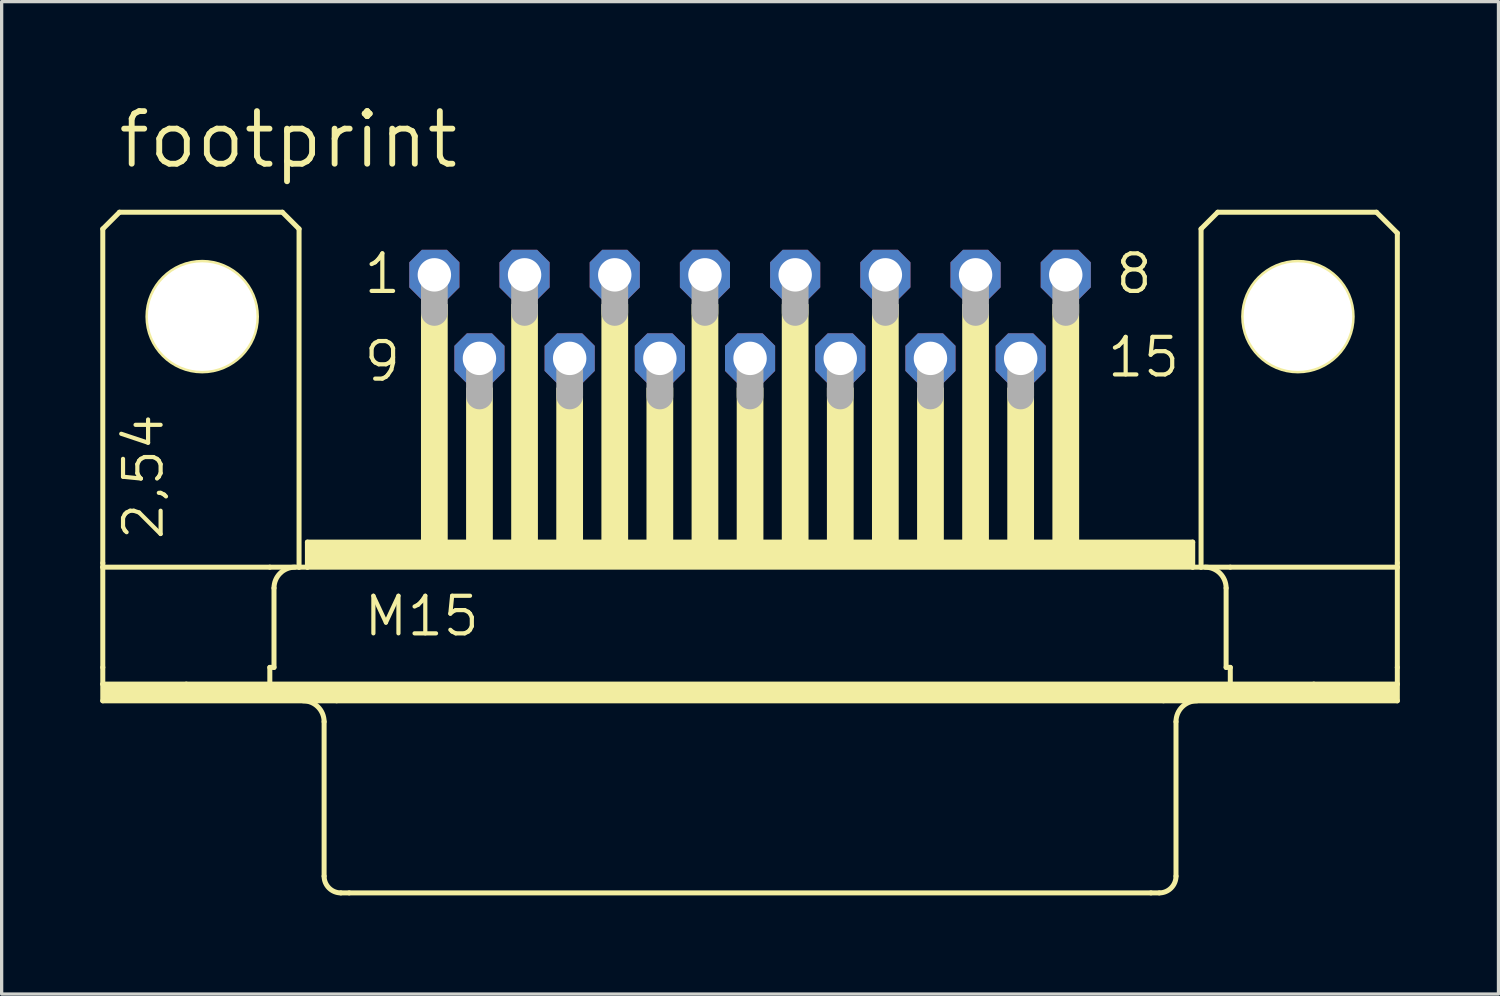
<source format=kicad_pcb>
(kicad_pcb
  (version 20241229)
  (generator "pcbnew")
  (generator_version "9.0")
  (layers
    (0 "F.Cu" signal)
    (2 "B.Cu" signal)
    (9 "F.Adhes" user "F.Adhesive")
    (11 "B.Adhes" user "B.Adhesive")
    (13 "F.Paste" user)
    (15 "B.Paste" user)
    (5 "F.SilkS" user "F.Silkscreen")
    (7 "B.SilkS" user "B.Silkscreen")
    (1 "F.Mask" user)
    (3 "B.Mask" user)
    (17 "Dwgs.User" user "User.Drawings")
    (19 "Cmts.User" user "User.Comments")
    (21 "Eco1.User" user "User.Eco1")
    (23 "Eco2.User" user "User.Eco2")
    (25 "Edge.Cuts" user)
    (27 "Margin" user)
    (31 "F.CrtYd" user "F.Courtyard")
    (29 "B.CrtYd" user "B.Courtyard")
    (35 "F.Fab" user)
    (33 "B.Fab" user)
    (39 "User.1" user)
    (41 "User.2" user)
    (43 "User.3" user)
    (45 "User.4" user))
  (footprint "footprint"
    (layer "F.Cu")
    (at 19.761 6.579)
    (property "Reference" "footprint" (at -19.304 -4.445 0) (layer "F.SilkS") (effects (font (size 1.6 1.6) (thickness 0.178)) (justify left bottom)))
    (fp_line (start -19.685 -2.667) (end -19.685 7.493) (stroke (width 0.152) (type solid)) (layer "F.SilkS"))
    (fp_line (start -19.685 7.62) (end -19.685 7.493) (stroke (width 0.152) (type solid)) (layer "F.SilkS"))
    (fp_line (start -19.685 10.668) (end -19.685 7.62) (stroke (width 0.152) (type solid)) (layer "F.SilkS"))
    (fp_line (start -19.685 11.176) (end -19.685 10.668) (stroke (width 0.152) (type solid)) (layer "F.SilkS"))
    (fp_line (start -19.685 11.684) (end -19.685 11.176) (stroke (width 0.152) (type solid)) (layer "F.SilkS"))
    (fp_line (start -19.177 -3.175) (end -19.685 -2.667) (stroke (width 0.152) (type solid)) (layer "F.SilkS"))
    (fp_line (start -17.145 11.176) (end -19.685 11.176) (stroke (width 0.152) (type solid)) (layer "F.SilkS"))
    (fp_line (start -14.605 7.62) (end -19.685 7.62) (stroke (width 0.152) (type solid)) (layer "F.SilkS"))
    (fp_line (start -14.605 10.668) (end -14.605 11.176) (stroke (width 0.152) (type solid)) (layer "F.SilkS"))
    (fp_line (start -14.605 11.176) (end -17.145 11.176) (stroke (width 0.152) (type solid)) (layer "F.SilkS"))
    (fp_line (start -14.478 8.255) (end -14.478 10.668) (stroke (width 0.152) (type solid)) (layer "F.SilkS"))
    (fp_line (start -14.478 10.668) (end -14.605 10.668) (stroke (width 0.152) (type solid)) (layer "F.SilkS"))
    (fp_line (start -14.224 -3.175) (end -19.177 -3.175) (stroke (width 0.152) (type solid)) (layer "F.SilkS"))
    (fp_line (start -13.716 -2.667) (end -14.224 -3.175) (stroke (width 0.152) (type solid)) (layer "F.SilkS"))
    (fp_line (start -13.716 -2.667) (end -13.716 7.62) (stroke (width 0.152) (type solid)) (layer "F.SilkS"))
    (fp_line (start -13.716 7.62) (end -14.605 7.62) (stroke (width 0.152) (type solid)) (layer "F.SilkS"))
    (fp_line (start -13.462 7.62) (end -13.716 7.62) (stroke (width 0.152) (type solid)) (layer "F.SilkS"))
    (fp_line (start -13.462 7.62) (end -13.462 6.858) (stroke (width 0.152) (type solid)) (layer "F.SilkS"))
    (fp_line (start -12.954 12.319) (end -12.954 17.018) (stroke (width 0.152) (type solid)) (layer "F.SilkS"))
    (fp_line (start -12.573 11.684) (end -19.685 11.684) (stroke (width 0.152) (type solid)) (layer "F.SilkS"))
    (fp_line (start -12.192 17.526) (end -12.446 17.526) (stroke (width 0.152) (type solid)) (layer "F.SilkS"))
    (fp_line (start 12.192 17.526) (end -12.192 17.526) (stroke (width 0.152) (type solid)) (layer "F.SilkS"))
    (fp_line (start 12.446 17.526) (end 12.192 17.526) (stroke (width 0.152) (type solid)) (layer "F.SilkS"))
    (fp_line (start 12.573 11.684) (end -12.573 11.684) (stroke (width 0.152) (type solid)) (layer "F.SilkS"))
    (fp_line (start 12.954 12.319) (end 12.954 17.018) (stroke (width 0.152) (type solid)) (layer "F.SilkS"))
    (fp_line (start 13.462 6.858) (end -13.462 6.858) (stroke (width 0.152) (type solid)) (layer "F.SilkS"))
    (fp_line (start 13.462 7.62) (end -13.462 7.62) (stroke (width 0.152) (type solid)) (layer "F.SilkS"))
    (fp_line (start 13.462 7.62) (end 13.462 6.858) (stroke (width 0.152) (type solid)) (layer "F.SilkS"))
    (fp_line (start 13.716 -2.667) (end 13.716 7.62) (stroke (width 0.152) (type solid)) (layer "F.SilkS"))
    (fp_line (start 13.716 7.62) (end 13.462 7.62) (stroke (width 0.152) (type solid)) (layer "F.SilkS"))
    (fp_line (start 14.224 -3.175) (end 13.716 -2.667) (stroke (width 0.152) (type solid)) (layer "F.SilkS"))
    (fp_line (start 14.224 -3.175) (end 19.05 -3.175) (stroke (width 0.152) (type solid)) (layer "F.SilkS"))
    (fp_line (start 14.478 8.255) (end 14.478 10.668) (stroke (width 0.152) (type solid)) (layer "F.SilkS"))
    (fp_line (start 14.605 7.62) (end 13.716 7.62) (stroke (width 0.152) (type solid)) (layer "F.SilkS"))
    (fp_line (start 14.605 10.668) (end 14.478 10.668) (stroke (width 0.152) (type solid)) (layer "F.SilkS"))
    (fp_line (start 14.605 10.668) (end 14.605 11.176) (stroke (width 0.152) (type solid)) (layer "F.SilkS"))
    (fp_line (start 14.605 11.176) (end -14.605 11.176) (stroke (width 0.152) (type solid)) (layer "F.SilkS"))
    (fp_line (start 17.145 11.176) (end 14.605 11.176) (stroke (width 0.152) (type solid)) (layer "F.SilkS"))
    (fp_line (start 19.05 -3.175) (end 19.685 -2.54) (stroke (width 0.152) (type solid)) (layer "F.SilkS"))
    (fp_line (start 19.685 -2.54) (end 19.685 7.493) (stroke (width 0.152) (type solid)) (layer "F.SilkS"))
    (fp_line (start 19.685 7.62) (end 14.605 7.62) (stroke (width 0.152) (type solid)) (layer "F.SilkS"))
    (fp_line (start 19.685 7.62) (end 19.685 7.493) (stroke (width 0.152) (type solid)) (layer "F.SilkS"))
    (fp_line (start 19.685 7.62) (end 19.685 10.668) (stroke (width 0.152) (type solid)) (layer "F.SilkS"))
    (fp_line (start 19.685 10.668) (end 19.685 11.176) (stroke (width 0.152) (type solid)) (layer "F.SilkS"))
    (fp_line (start 19.685 11.176) (end 17.145 11.176) (stroke (width 0.152) (type solid)) (layer "F.SilkS"))
    (fp_line (start 19.685 11.176) (end 19.685 11.684) (stroke (width 0.152) (type solid)) (layer "F.SilkS"))
    (fp_line (start 19.685 11.684) (end 12.573 11.684) (stroke (width 0.152) (type solid)) (layer "F.SilkS"))
    (fp_arc (start -14.478 8.255) (mid -14.292013 7.805987) (end -13.843 7.62) (stroke (width 0.1524) (type solid)) (layer "F.SilkS"))
    (fp_arc (start -13.589 11.684) (mid -13.139987 11.869987) (end -12.954 12.319) (stroke (width 0.1524) (type solid)) (layer "F.SilkS"))
    (fp_arc (start -12.446 17.526) (mid -12.80521 17.37721) (end -12.954 17.018) (stroke (width 0.1524) (type solid)) (layer "F.SilkS"))
    (fp_arc (start 12.954 12.319) (mid 13.139987 11.869987) (end 13.589 11.684) (stroke (width 0.1524) (type solid)) (layer "F.SilkS"))
    (fp_arc (start 12.954 17.018) (mid 12.80521 17.37721) (end 12.446 17.526) (stroke (width 0.1524) (type solid)) (layer "F.SilkS"))
    (fp_arc (start 13.843 7.62) (mid 14.292013 7.805987) (end 14.478 8.255) (stroke (width 0.1524) (type solid)) (layer "F.SilkS"))
    (fp_circle (center -16.662 0) (end -15.011 0) (stroke (width 0.152) (type solid)) (fill no) (layer "F.SilkS"))
    (fp_circle (center 16.662 0) (end 18.313 0) (stroke (width 0.152) (type solid)) (fill no) (layer "F.SilkS"))
    (fp_poly (pts (xy -19.685 11.684) (xy 19.685 11.684) (xy 19.685 11.176) (xy -19.685 11.176)) (stroke (width 0) (type solid)) (fill yes) (layer "F.SilkS"))
    (fp_poly (pts (xy -13.462 7.62) (xy 13.462 7.62) (xy 13.462 6.858) (xy -13.462 6.858)) (stroke (width 0) (type solid)) (fill yes) (layer "F.SilkS"))
    (fp_poly (pts (xy -10.008 6.858) (xy -9.195 6.858) (xy -9.195 -0.381) (xy -10.008 -0.381)) (stroke (width 0) (type solid)) (fill yes) (layer "F.SilkS"))
    (fp_poly (pts (xy -8.636 6.858) (xy -7.823 6.858) (xy -7.823 2.159) (xy -8.636 2.159)) (stroke (width 0) (type solid)) (fill yes) (layer "F.SilkS"))
    (fp_poly (pts (xy -7.264 6.858) (xy -6.452 6.858) (xy -6.452 -0.381) (xy -7.264 -0.381)) (stroke (width 0) (type solid)) (fill yes) (layer "F.SilkS"))
    (fp_poly (pts (xy -5.893 6.858) (xy -5.08 6.858) (xy -5.08 2.159) (xy -5.893 2.159)) (stroke (width 0) (type solid)) (fill yes) (layer "F.SilkS"))
    (fp_poly (pts (xy -4.521 6.858) (xy -3.708 6.858) (xy -3.708 -0.381) (xy -4.521 -0.381)) (stroke (width 0) (type solid)) (fill yes) (layer "F.SilkS"))
    (fp_poly (pts (xy -3.15 6.858) (xy -2.337 6.858) (xy -2.337 2.159) (xy -3.15 2.159)) (stroke (width 0) (type solid)) (fill yes) (layer "F.SilkS"))
    (fp_poly (pts (xy -1.778 6.858) (xy -0.965 6.858) (xy -0.965 -0.381) (xy -1.778 -0.381)) (stroke (width 0) (type solid)) (fill yes) (layer "F.SilkS"))
    (fp_poly (pts (xy -0.406 6.858) (xy 0.406 6.858) (xy 0.406 2.159) (xy -0.406 2.159)) (stroke (width 0) (type solid)) (fill yes) (layer "F.SilkS"))
    (fp_poly (pts (xy 0.965 6.858) (xy 1.778 6.858) (xy 1.778 -0.381) (xy 0.965 -0.381)) (stroke (width 0) (type solid)) (fill yes) (layer "F.SilkS"))
    (fp_poly (pts (xy 2.337 6.858) (xy 3.15 6.858) (xy 3.15 2.159) (xy 2.337 2.159)) (stroke (width 0) (type solid)) (fill yes) (layer "F.SilkS"))
    (fp_poly (pts (xy 3.708 6.858) (xy 4.521 6.858) (xy 4.521 -0.381) (xy 3.708 -0.381)) (stroke (width 0) (type solid)) (fill yes) (layer "F.SilkS"))
    (fp_poly (pts (xy 5.08 6.858) (xy 5.893 6.858) (xy 5.893 2.159) (xy 5.08 2.159)) (stroke (width 0) (type solid)) (fill yes) (layer "F.SilkS"))
    (fp_poly (pts (xy 6.452 6.858) (xy 7.264 6.858) (xy 7.264 -0.381) (xy 6.452 -0.381)) (stroke (width 0) (type solid)) (fill yes) (layer "F.SilkS"))
    (fp_poly (pts (xy 7.823 6.858) (xy 8.636 6.858) (xy 8.636 2.159) (xy 7.823 2.159)) (stroke (width 0) (type solid)) (fill yes) (layer "F.SilkS"))
    (fp_poly (pts (xy 9.195 6.858) (xy 10.008 6.858) (xy 10.008 -0.381) (xy 9.195 -0.381)) (stroke (width 0) (type solid)) (fill yes) (layer "F.SilkS"))
    (fp_line (start -9.601 -1.143) (end -9.601 -0.127) (stroke (width 0.813) (type solid)) (layer "F.Fab"))
    (fp_line (start -8.23 1.397) (end -8.23 2.413) (stroke (width 0.813) (type solid)) (layer "F.Fab"))
    (fp_line (start -6.858 -1.143) (end -6.858 -0.127) (stroke (width 0.813) (type solid)) (layer "F.Fab"))
    (fp_line (start -5.486 1.397) (end -5.486 2.413) (stroke (width 0.813) (type solid)) (layer "F.Fab"))
    (fp_line (start -4.115 -1.143) (end -4.115 -0.127) (stroke (width 0.813) (type solid)) (layer "F.Fab"))
    (fp_line (start -2.743 1.397) (end -2.743 2.413) (stroke (width 0.813) (type solid)) (layer "F.Fab"))
    (fp_line (start -1.372 -1.143) (end -1.372 -0.127) (stroke (width 0.813) (type solid)) (layer "F.Fab"))
    (fp_line (start 0 1.397) (end 0 2.413) (stroke (width 0.813) (type solid)) (layer "F.Fab"))
    (fp_line (start 1.372 -1.143) (end 1.372 -0.127) (stroke (width 0.813) (type solid)) (layer "F.Fab"))
    (fp_line (start 2.743 1.397) (end 2.743 2.413) (stroke (width 0.813) (type solid)) (layer "F.Fab"))
    (fp_line (start 4.115 -1.143) (end 4.115 -0.127) (stroke (width 0.813) (type solid)) (layer "F.Fab"))
    (fp_line (start 5.486 1.397) (end 5.486 2.413) (stroke (width 0.813) (type solid)) (layer "F.Fab"))
    (fp_line (start 6.858 -1.143) (end 6.858 -0.127) (stroke (width 0.813) (type solid)) (layer "F.Fab"))
    (fp_line (start 8.23 1.397) (end 8.23 2.413) (stroke (width 0.813) (type solid)) (layer "F.Fab"))
    (fp_line (start 9.601 -1.143) (end 9.601 -0.127) (stroke (width 0.813) (type solid)) (layer "F.Fab"))
    (fp_text user "2,54" (at -17.78 6.858 90) (layer "F.SilkS") (effects (font (size 1.143 1.143) (thickness 0.127)) (justify left bottom)))
    (fp_text user "8" (at 11.049 -0.635 0) (layer "F.SilkS") (effects (font (size 1.143 1.143) (thickness 0.127)) (justify left bottom)))
    (fp_text user "M15" (at -11.811 9.779 0) (layer "F.SilkS") (effects (font (size 1.143 1.143) (thickness 0.127)) (justify left bottom)))
    (fp_text user "9" (at -11.811 2.032 0) (layer "F.SilkS") (effects (font (size 1.143 1.143) (thickness 0.127)) (justify left bottom)))
    (fp_text user "1" (at -11.811 -0.635 0) (layer "F.SilkS") (effects (font (size 1.143 1.143) (thickness 0.127)) (justify left bottom)))
    (fp_text user "15" (at 10.795 1.905 0) (layer "F.SilkS") (effects (font (size 1.143 1.143) (thickness 0.127)) (justify left bottom)))
    (pad "" np_thru_hole circle (at -16.662 0) (size 3.302 3.302) (drill 3.302) (layers "*.Cu" "*.Mask"))
    (pad "" np_thru_hole circle (at 16.662 0) (size 3.302 3.302) (drill 3.302) (layers "*.Cu" "*.Mask"))
    (pad "1" thru_hole roundrect (at -9.601 -1.27) (size 1.524 1.524) (drill 1.016) (layers "*.Cu" "*.Mask") (roundrect_rratio 0.25) (chamfer_ratio 0.25) (chamfer top_left top_right bottom_left bottom_right))
    (pad "2" thru_hole roundrect (at -6.858 -1.27) (size 1.524 1.524) (drill 1.016) (layers "*.Cu" "*.Mask") (roundrect_rratio 0.25) (chamfer_ratio 0.25) (chamfer top_left top_right bottom_left bottom_right))
    (pad "3" thru_hole roundrect (at -4.115 -1.27) (size 1.524 1.524) (drill 1.016) (layers "*.Cu" "*.Mask") (roundrect_rratio 0.25) (chamfer_ratio 0.25) (chamfer top_left top_right bottom_left bottom_right))
    (pad "4" thru_hole roundrect (at -1.372 -1.27) (size 1.524 1.524) (drill 1.016) (layers "*.Cu" "*.Mask") (roundrect_rratio 0.25) (chamfer_ratio 0.25) (chamfer top_left top_right bottom_left bottom_right))
    (pad "5" thru_hole roundrect (at 1.372 -1.27) (size 1.524 1.524) (drill 1.016) (layers "*.Cu" "*.Mask") (roundrect_rratio 0.25) (chamfer_ratio 0.25) (chamfer top_left top_right bottom_left bottom_right))
    (pad "6" thru_hole roundrect (at 4.115 -1.27) (size 1.524 1.524) (drill 1.016) (layers "*.Cu" "*.Mask") (roundrect_rratio 0.25) (chamfer_ratio 0.25) (chamfer top_left top_right bottom_left bottom_right))
    (pad "7" thru_hole roundrect (at 6.858 -1.27) (size 1.524 1.524) (drill 1.016) (layers "*.Cu" "*.Mask") (roundrect_rratio 0.25) (chamfer_ratio 0.25) (chamfer top_left top_right bottom_left bottom_right))
    (pad "8" thru_hole roundrect (at 9.601 -1.27) (size 1.524 1.524) (drill 1.016) (layers "*.Cu" "*.Mask") (roundrect_rratio 0.25) (chamfer_ratio 0.25) (chamfer top_left top_right bottom_left bottom_right))
    (pad "9" thru_hole roundrect (at -8.23 1.27) (size 1.524 1.524) (drill 1.016) (layers "*.Cu" "*.Mask") (roundrect_rratio 0.25) (chamfer_ratio 0.25) (chamfer top_left top_right bottom_left bottom_right))
    (pad "10" thru_hole roundrect (at -5.486 1.27) (size 1.524 1.524) (drill 1.016) (layers "*.Cu" "*.Mask") (roundrect_rratio 0.25) (chamfer_ratio 0.25) (chamfer top_left top_right bottom_left bottom_right))
    (pad "11" thru_hole roundrect (at -2.743 1.27) (size 1.524 1.524) (drill 1.016) (layers "*.Cu" "*.Mask") (roundrect_rratio 0.25) (chamfer_ratio 0.25) (chamfer top_left top_right bottom_left bottom_right))
    (pad "12" thru_hole roundrect (at 0 1.27) (size 1.524 1.524) (drill 1.016) (layers "*.Cu" "*.Mask") (roundrect_rratio 0.25) (chamfer_ratio 0.25) (chamfer top_left top_right bottom_left bottom_right))
    (pad "13" thru_hole roundrect (at 2.743 1.27) (size 1.524 1.524) (drill 1.016) (layers "*.Cu" "*.Mask") (roundrect_rratio 0.25) (chamfer_ratio 0.25) (chamfer top_left top_right bottom_left bottom_right))
    (pad "14" thru_hole roundrect (at 5.486 1.27) (size 1.524 1.524) (drill 1.016) (layers "*.Cu" "*.Mask") (roundrect_rratio 0.25) (chamfer_ratio 0.25) (chamfer top_left top_right bottom_left bottom_right))
    (pad "15" thru_hole roundrect (at 8.23 1.27) (size 1.524 1.524) (drill 1.016) (layers "*.Cu" "*.Mask") (roundrect_rratio 0.25) (chamfer_ratio 0.25) (chamfer top_left top_right bottom_left bottom_right))
    (zone (net_name "") (layers "F.Cu" "B.Cu") (hatch edge 0.508) (connect_pads) (min_thickness 0.254) (filled_areas_thickness no) (keepout (tracks allowed) (vias not_allowed) (pads allowed) (copperpour allowed) (footprints allowed)) (placement (enabled no)) (fill) (polygon (pts (xy 5.766 6.579) (xy 5.725 6.115) (xy 5.605 5.666) (xy 5.408 5.245) (xy 5.142 4.864) (xy 4.813 4.536) (xy 4.432 4.269) (xy 4.011 4.072) (xy 3.562 3.952) (xy 3.099 3.912) (xy 2.636 3.952) (xy 2.187 4.072) (xy 1.765 4.269) (xy 1.384 4.536) (xy 1.056 4.864) (xy 0.789 5.245) (xy 0.593 5.666) (xy 0.472 6.115) (xy 0.432 6.579) (xy 0.472 7.042) (xy 0.593 7.491) (xy 0.789 7.912) (xy 1.056 8.293) (xy 1.384 8.622) (xy 1.765 8.888) (xy 2.187 9.085) (xy 2.636 9.205) (xy 3.099 9.246) (xy 3.562 9.205) (xy 4.011 9.085) (xy 4.432 8.888) (xy 4.813 8.622) (xy 5.142 8.293) (xy 5.408 7.912) (xy 5.605 7.491) (xy 5.725 7.042))))
    (zone (net_name "") (layers "F.Cu" "B.Cu") (hatch edge 0.508) (connect_pads) (min_thickness 0.254) (filled_areas_thickness no) (keepout (tracks allowed) (vias not_allowed) (pads allowed) (copperpour allowed) (footprints allowed)) (placement (enabled no)) (fill) (polygon (pts (xy 39.091 6.579) (xy 39.05 6.115) (xy 38.93 5.666) (xy 38.733 5.245) (xy 38.467 4.864) (xy 38.138 4.536) (xy 37.757 4.269) (xy 37.336 4.072) (xy 36.887 3.952) (xy 36.424 3.912) (xy 35.96 3.952) (xy 35.511 4.072) (xy 35.09 4.269) (xy 34.709 4.536) (xy 34.381 4.864) (xy 34.114 5.245) (xy 33.917 5.666) (xy 33.797 6.115) (xy 33.757 6.579) (xy 33.797 7.042) (xy 33.917 7.491) (xy 34.114 7.912) (xy 34.381 8.293) (xy 34.709 8.622) (xy 35.09 8.888) (xy 35.511 9.085) (xy 35.96 9.205) (xy 36.424 9.246) (xy 36.887 9.205) (xy 37.336 9.085) (xy 37.757 8.888) (xy 38.138 8.622) (xy 38.467 8.293) (xy 38.733 7.912) (xy 38.93 7.491) (xy 39.05 7.042))))
    (zone (net_name "") (layer "B.Cu") (hatch edge 0.508) (connect_pads) (min_thickness 0.254) (filled_areas_thickness no) (keepout (tracks not_allowed) (vias not_allowed) (pads not_allowed) (copperpour not_allowed) (footprints allowed)) (placement (enabled no)) (fill) (polygon (pts (xy 5.766 6.579) (xy 5.725 6.115) (xy 5.605 5.666) (xy 5.408 5.245) (xy 5.142 4.864) (xy 4.813 4.536) (xy 4.432 4.269) (xy 4.011 4.072) (xy 3.562 3.952) (xy 3.099 3.912) (xy 2.636 3.952) (xy 2.187 4.072) (xy 1.765 4.269) (xy 1.384 4.536) (xy 1.056 4.864) (xy 0.789 5.245) (xy 0.593 5.666) (xy 0.472 6.115) (xy 0.432 6.579) (xy 0.472 7.042) (xy 0.593 7.491) (xy 0.789 7.912) (xy 1.056 8.293) (xy 1.384 8.622) (xy 1.765 8.888) (xy 2.187 9.085) (xy 2.636 9.205) (xy 3.099 9.246) (xy 3.562 9.205) (xy 4.011 9.085) (xy 4.432 8.888) (xy 4.813 8.622) (xy 5.142 8.293) (xy 5.408 7.912) (xy 5.605 7.491) (xy 5.725 7.042))))
    (zone (net_name "") (layer "B.Cu") (hatch edge 0.508) (connect_pads) (min_thickness 0.254) (filled_areas_thickness no) (keepout (tracks not_allowed) (vias not_allowed) (pads not_allowed) (copperpour not_allowed) (footprints allowed)) (placement (enabled no)) (fill) (polygon (pts (xy 39.091 6.579) (xy 39.05 6.115) (xy 38.93 5.666) (xy 38.733 5.245) (xy 38.467 4.864) (xy 38.138 4.536) (xy 37.757 4.269) (xy 37.336 4.072) (xy 36.887 3.952) (xy 36.424 3.912) (xy 35.96 3.952) (xy 35.511 4.072) (xy 35.09 4.269) (xy 34.709 4.536) (xy 34.381 4.864) (xy 34.114 5.245) (xy 33.917 5.666) (xy 33.797 6.115) (xy 33.757 6.579) (xy 33.797 7.042) (xy 33.917 7.491) (xy 34.114 7.912) (xy 34.381 8.293) (xy 34.709 8.622) (xy 35.09 8.888) (xy 35.511 9.085) (xy 35.96 9.205) (xy 36.424 9.246) (xy 36.887 9.205) (xy 37.336 9.085) (xy 37.757 8.888) (xy 38.138 8.622) (xy 38.467 8.293) (xy 38.733 7.912) (xy 38.93 7.491) (xy 39.05 7.042)))))
  (gr_rect
    (start -3 -3)
    (end 42.522 27.181)
    (stroke (width 0.1) (type default))
    (fill no)
    (layer "Edge.Cuts")))
</source>
